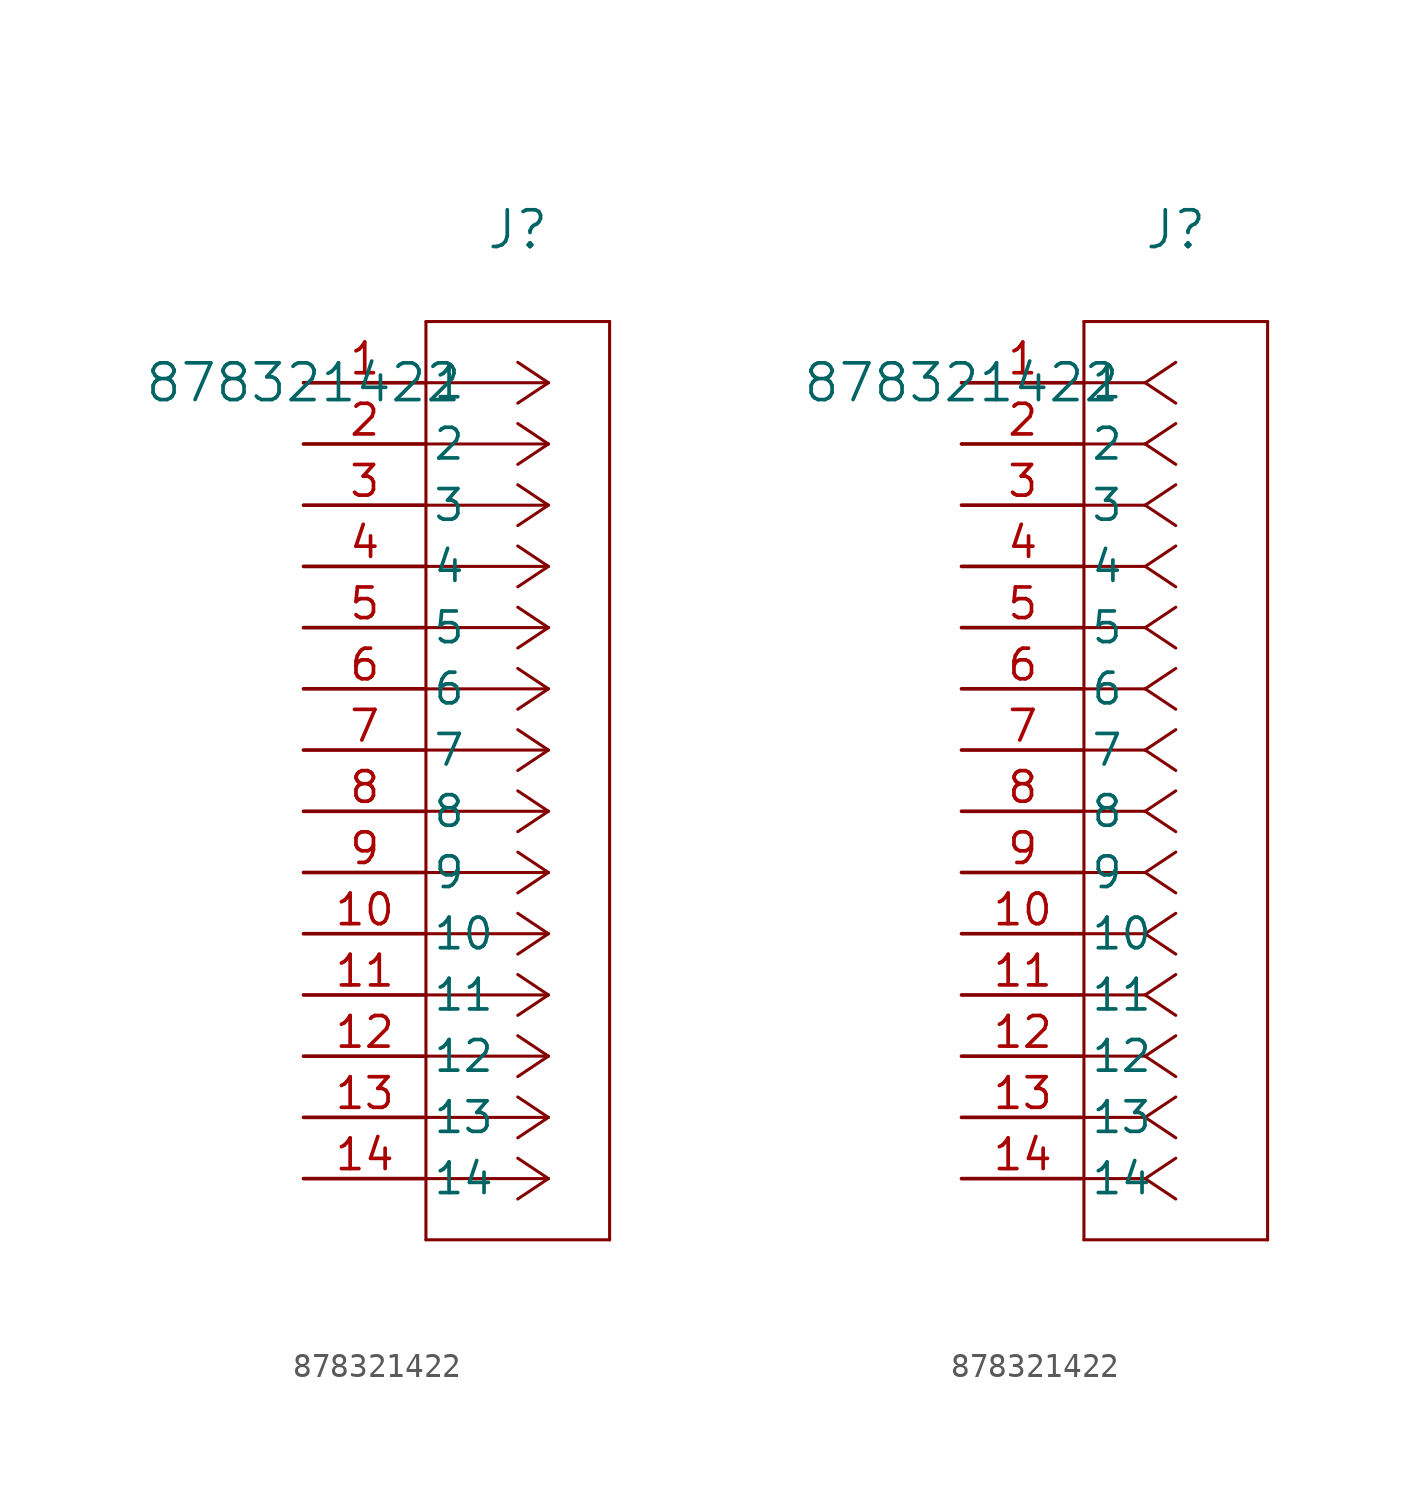
<source format=kicad_sym>
(kicad_symbol_lib
  (version 20211014)
  (generator kicad_symbol_editor)
  (symbol "878321422"
    (pin_names
      (offset 0.254))
    (property "Reference" "J"
      (at 8.89 6.35 0)
      (effects (font (size 1.524 1.524))))
    (property "Value" "878321422"
      (at 0 0 0)
      (effects (font (size 1.524 1.524))))
    (symbol "878321422_1_1"
      (polyline (pts (xy 10.16 0) (xy 5.08 0)) (stroke (width 0.127) (type default) (color 0 0 0 0)) (fill (type none)))
      (polyline (pts (xy 10.16 -2.54) (xy 5.08 -2.54)) (stroke (width 0.127) (type default) (color 0 0 0 0)) (fill (type none)))
      (polyline (pts (xy 10.16 -5.08) (xy 5.08 -5.08)) (stroke (width 0.127) (type default) (color 0 0 0 0)) (fill (type none)))
      (polyline (pts (xy 10.16 -7.62) (xy 5.08 -7.62)) (stroke (width 0.127) (type default) (color 0 0 0 0)) (fill (type none)))
      (polyline (pts (xy 10.16 -10.16) (xy 5.08 -10.16)) (stroke (width 0.127) (type default) (color 0 0 0 0)) (fill (type none)))
      (polyline (pts (xy 10.16 -12.7) (xy 5.08 -12.7)) (stroke (width 0.127) (type default) (color 0 0 0 0)) (fill (type none)))
      (polyline (pts (xy 10.16 -15.24) (xy 5.08 -15.24)) (stroke (width 0.127) (type default) (color 0 0 0 0)) (fill (type none)))
      (polyline (pts (xy 10.16 -17.78) (xy 5.08 -17.78)) (stroke (width 0.127) (type default) (color 0 0 0 0)) (fill (type none)))
      (polyline (pts (xy 10.16 -20.32) (xy 5.08 -20.32)) (stroke (width 0.127) (type default) (color 0 0 0 0)) (fill (type none)))
      (polyline (pts (xy 10.16 -22.86) (xy 5.08 -22.86)) (stroke (width 0.127) (type default) (color 0 0 0 0)) (fill (type none)))
      (polyline (pts (xy 10.16 -25.4) (xy 5.08 -25.4)) (stroke (width 0.127) (type default) (color 0 0 0 0)) (fill (type none)))
      (polyline (pts (xy 10.16 -27.94) (xy 5.08 -27.94)) (stroke (width 0.127) (type default) (color 0 0 0 0)) (fill (type none)))
      (polyline (pts (xy 10.16 -30.48) (xy 5.08 -30.48)) (stroke (width 0.127) (type default) (color 0 0 0 0)) (fill (type none)))
      (polyline (pts (xy 10.16 -33.02) (xy 5.08 -33.02)) (stroke (width 0.127) (type default) (color 0 0 0 0)) (fill (type none)))
      (polyline (pts (xy 10.16 0) (xy 8.89 0.847)) (stroke (width 0.127) (type default) (color 0 0 0 0)) (fill (type none)))
      (polyline (pts (xy 10.16 -2.54) (xy 8.89 -1.693)) (stroke (width 0.127) (type default) (color 0 0 0 0)) (fill (type none)))
      (polyline (pts (xy 10.16 -5.08) (xy 8.89 -4.233)) (stroke (width 0.127) (type default) (color 0 0 0 0)) (fill (type none)))
      (polyline (pts (xy 10.16 -7.62) (xy 8.89 -6.773)) (stroke (width 0.127) (type default) (color 0 0 0 0)) (fill (type none)))
      (polyline (pts (xy 10.16 -10.16) (xy 8.89 -9.313)) (stroke (width 0.127) (type default) (color 0 0 0 0)) (fill (type none)))
      (polyline (pts (xy 10.16 -12.7) (xy 8.89 -11.853)) (stroke (width 0.127) (type default) (color 0 0 0 0)) (fill (type none)))
      (polyline (pts (xy 10.16 -15.24) (xy 8.89 -14.393)) (stroke (width 0.127) (type default) (color 0 0 0 0)) (fill (type none)))
      (polyline (pts (xy 10.16 -17.78) (xy 8.89 -16.933)) (stroke (width 0.127) (type default) (color 0 0 0 0)) (fill (type none)))
      (polyline (pts (xy 10.16 -20.32) (xy 8.89 -19.473)) (stroke (width 0.127) (type default) (color 0 0 0 0)) (fill (type none)))
      (polyline (pts (xy 10.16 -22.86) (xy 8.89 -22.013)) (stroke (width 0.127) (type default) (color 0 0 0 0)) (fill (type none)))
      (polyline (pts (xy 10.16 -25.4) (xy 8.89 -24.553)) (stroke (width 0.127) (type default) (color 0 0 0 0)) (fill (type none)))
      (polyline (pts (xy 10.16 -27.94) (xy 8.89 -27.093)) (stroke (width 0.127) (type default) (color 0 0 0 0)) (fill (type none)))
      (polyline (pts (xy 10.16 -30.48) (xy 8.89 -29.633)) (stroke (width 0.127) (type default) (color 0 0 0 0)) (fill (type none)))
      (polyline (pts (xy 10.16 -33.02) (xy 8.89 -32.173)) (stroke (width 0.127) (type default) (color 0 0 0 0)) (fill (type none)))
      (polyline (pts (xy 10.16 0) (xy 8.89 -0.847)) (stroke (width 0.127) (type default) (color 0 0 0 0)) (fill (type none)))
      (polyline (pts (xy 10.16 -2.54) (xy 8.89 -3.387)) (stroke (width 0.127) (type default) (color 0 0 0 0)) (fill (type none)))
      (polyline (pts (xy 10.16 -5.08) (xy 8.89 -5.927)) (stroke (width 0.127) (type default) (color 0 0 0 0)) (fill (type none)))
      (polyline (pts (xy 10.16 -7.62) (xy 8.89 -8.467)) (stroke (width 0.127) (type default) (color 0 0 0 0)) (fill (type none)))
      (polyline (pts (xy 10.16 -10.16) (xy 8.89 -11.007)) (stroke (width 0.127) (type default) (color 0 0 0 0)) (fill (type none)))
      (polyline (pts (xy 10.16 -12.7) (xy 8.89 -13.547)) (stroke (width 0.127) (type default) (color 0 0 0 0)) (fill (type none)))
      (polyline (pts (xy 10.16 -15.24) (xy 8.89 -16.087)) (stroke (width 0.127) (type default) (color 0 0 0 0)) (fill (type none)))
      (polyline (pts (xy 10.16 -17.78) (xy 8.89 -18.627)) (stroke (width 0.127) (type default) (color 0 0 0 0)) (fill (type none)))
      (polyline (pts (xy 10.16 -20.32) (xy 8.89 -21.167)) (stroke (width 0.127) (type default) (color 0 0 0 0)) (fill (type none)))
      (polyline (pts (xy 10.16 -22.86) (xy 8.89 -23.707)) (stroke (width 0.127) (type default) (color 0 0 0 0)) (fill (type none)))
      (polyline (pts (xy 10.16 -25.4) (xy 8.89 -26.247)) (stroke (width 0.127) (type default) (color 0 0 0 0)) (fill (type none)))
      (polyline (pts (xy 10.16 -27.94) (xy 8.89 -28.787)) (stroke (width 0.127) (type default) (color 0 0 0 0)) (fill (type none)))
      (polyline (pts (xy 10.16 -30.48) (xy 8.89 -31.327)) (stroke (width 0.127) (type default) (color 0 0 0 0)) (fill (type none)))
      (polyline (pts (xy 10.16 -33.02) (xy 8.89 -33.867)) (stroke (width 0.127) (type default) (color 0 0 0 0)) (fill (type none)))
      (polyline (pts (xy 5.08 2.54) (xy 5.08 -35.56)) (stroke (width 0.127) (type default) (color 0 0 0 0)) (fill (type none)))
      (polyline (pts (xy 5.08 -35.56) (xy 12.7 -35.56)) (stroke (width 0.127) (type default) (color 0 0 0 0)) (fill (type none)))
      (polyline (pts (xy 12.7 -35.56) (xy 12.7 2.54)) (stroke (width 0.127) (type default) (color 0 0 0 0)) (fill (type none)))
      (polyline (pts (xy 12.7 2.54) (xy 5.08 2.54)) (stroke (width 0.127) (type default) (color 0 0 0 0)) (fill (type none)))
      (pin unspecified line (at 0 0 0) (length 5.08) (name "1" (effects (font (size 1.27 1.27)))) (number "1" (effects (font (size 1.27 1.27)))))
      (pin unspecified line (at 0 -2.54 0) (length 5.08) (name "2" (effects (font (size 1.27 1.27)))) (number "2" (effects (font (size 1.27 1.27)))))
      (pin unspecified line (at 0 -5.08 0) (length 5.08) (name "3" (effects (font (size 1.27 1.27)))) (number "3" (effects (font (size 1.27 1.27)))))
      (pin unspecified line (at 0 -7.62 0) (length 5.08) (name "4" (effects (font (size 1.27 1.27)))) (number "4" (effects (font (size 1.27 1.27)))))
      (pin unspecified line (at 0 -10.16 0) (length 5.08) (name "5" (effects (font (size 1.27 1.27)))) (number "5" (effects (font (size 1.27 1.27)))))
      (pin unspecified line (at 0 -12.7 0) (length 5.08) (name "6" (effects (font (size 1.27 1.27)))) (number "6" (effects (font (size 1.27 1.27)))))
      (pin unspecified line (at 0 -15.24 0) (length 5.08) (name "7" (effects (font (size 1.27 1.27)))) (number "7" (effects (font (size 1.27 1.27)))))
      (pin unspecified line (at 0 -17.78 0) (length 5.08) (name "8" (effects (font (size 1.27 1.27)))) (number "8" (effects (font (size 1.27 1.27)))))
      (pin unspecified line (at 0 -20.32 0) (length 5.08) (name "9" (effects (font (size 1.27 1.27)))) (number "9" (effects (font (size 1.27 1.27)))))
      (pin unspecified line (at 0 -22.86 0) (length 5.08) (name "10" (effects (font (size 1.27 1.27)))) (number "10" (effects (font (size 1.27 1.27)))))
      (pin unspecified line (at 0 -25.4 0) (length 5.08) (name "11" (effects (font (size 1.27 1.27)))) (number "11" (effects (font (size 1.27 1.27)))))
      (pin unspecified line (at 0 -27.94 0) (length 5.08) (name "12" (effects (font (size 1.27 1.27)))) (number "12" (effects (font (size 1.27 1.27)))))
      (pin unspecified line (at 0 -30.48 0) (length 5.08) (name "13" (effects (font (size 1.27 1.27)))) (number "13" (effects (font (size 1.27 1.27)))))
      (pin unspecified line (at 0 -33.02 0) (length 5.08) (name "14" (effects (font (size 1.27 1.27)))) (number "14" (effects (font (size 1.27 1.27))))))
    (symbol "878321422_1_2"
      (polyline (pts (xy 7.62 0) (xy 5.08 0)) (stroke (width 0.127) (type default) (color 0 0 0 0)) (fill (type none)))
      (polyline (pts (xy 7.62 -2.54) (xy 5.08 -2.54)) (stroke (width 0.127) (type default) (color 0 0 0 0)) (fill (type none)))
      (polyline (pts (xy 7.62 -5.08) (xy 5.08 -5.08)) (stroke (width 0.127) (type default) (color 0 0 0 0)) (fill (type none)))
      (polyline (pts (xy 7.62 -7.62) (xy 5.08 -7.62)) (stroke (width 0.127) (type default) (color 0 0 0 0)) (fill (type none)))
      (polyline (pts (xy 7.62 -10.16) (xy 5.08 -10.16)) (stroke (width 0.127) (type default) (color 0 0 0 0)) (fill (type none)))
      (polyline (pts (xy 7.62 -12.7) (xy 5.08 -12.7)) (stroke (width 0.127) (type default) (color 0 0 0 0)) (fill (type none)))
      (polyline (pts (xy 7.62 -15.24) (xy 5.08 -15.24)) (stroke (width 0.127) (type default) (color 0 0 0 0)) (fill (type none)))
      (polyline (pts (xy 7.62 -17.78) (xy 5.08 -17.78)) (stroke (width 0.127) (type default) (color 0 0 0 0)) (fill (type none)))
      (polyline (pts (xy 7.62 -20.32) (xy 5.08 -20.32)) (stroke (width 0.127) (type default) (color 0 0 0 0)) (fill (type none)))
      (polyline (pts (xy 7.62 -22.86) (xy 5.08 -22.86)) (stroke (width 0.127) (type default) (color 0 0 0 0)) (fill (type none)))
      (polyline (pts (xy 7.62 -25.4) (xy 5.08 -25.4)) (stroke (width 0.127) (type default) (color 0 0 0 0)) (fill (type none)))
      (polyline (pts (xy 7.62 -27.94) (xy 5.08 -27.94)) (stroke (width 0.127) (type default) (color 0 0 0 0)) (fill (type none)))
      (polyline (pts (xy 7.62 -30.48) (xy 5.08 -30.48)) (stroke (width 0.127) (type default) (color 0 0 0 0)) (fill (type none)))
      (polyline (pts (xy 7.62 -33.02) (xy 5.08 -33.02)) (stroke (width 0.127) (type default) (color 0 0 0 0)) (fill (type none)))
      (polyline (pts (xy 7.62 0) (xy 8.89 0.847)) (stroke (width 0.127) (type default) (color 0 0 0 0)) (fill (type none)))
      (polyline (pts (xy 7.62 -2.54) (xy 8.89 -1.693)) (stroke (width 0.127) (type default) (color 0 0 0 0)) (fill (type none)))
      (polyline (pts (xy 7.62 -5.08) (xy 8.89 -4.233)) (stroke (width 0.127) (type default) (color 0 0 0 0)) (fill (type none)))
      (polyline (pts (xy 7.62 -7.62) (xy 8.89 -6.773)) (stroke (width 0.127) (type default) (color 0 0 0 0)) (fill (type none)))
      (polyline (pts (xy 7.62 -10.16) (xy 8.89 -9.313)) (stroke (width 0.127) (type default) (color 0 0 0 0)) (fill (type none)))
      (polyline (pts (xy 7.62 -12.7) (xy 8.89 -11.853)) (stroke (width 0.127) (type default) (color 0 0 0 0)) (fill (type none)))
      (polyline (pts (xy 7.62 -15.24) (xy 8.89 -14.393)) (stroke (width 0.127) (type default) (color 0 0 0 0)) (fill (type none)))
      (polyline (pts (xy 7.62 -17.78) (xy 8.89 -16.933)) (stroke (width 0.127) (type default) (color 0 0 0 0)) (fill (type none)))
      (polyline (pts (xy 7.62 -20.32) (xy 8.89 -19.473)) (stroke (width 0.127) (type default) (color 0 0 0 0)) (fill (type none)))
      (polyline (pts (xy 7.62 -22.86) (xy 8.89 -22.013)) (stroke (width 0.127) (type default) (color 0 0 0 0)) (fill (type none)))
      (polyline (pts (xy 7.62 -25.4) (xy 8.89 -24.553)) (stroke (width 0.127) (type default) (color 0 0 0 0)) (fill (type none)))
      (polyline (pts (xy 7.62 -27.94) (xy 8.89 -27.093)) (stroke (width 0.127) (type default) (color 0 0 0 0)) (fill (type none)))
      (polyline (pts (xy 7.62 -30.48) (xy 8.89 -29.633)) (stroke (width 0.127) (type default) (color 0 0 0 0)) (fill (type none)))
      (polyline (pts (xy 7.62 -33.02) (xy 8.89 -32.173)) (stroke (width 0.127) (type default) (color 0 0 0 0)) (fill (type none)))
      (polyline (pts (xy 7.62 0) (xy 8.89 -0.847)) (stroke (width 0.127) (type default) (color 0 0 0 0)) (fill (type none)))
      (polyline (pts (xy 7.62 -2.54) (xy 8.89 -3.387)) (stroke (width 0.127) (type default) (color 0 0 0 0)) (fill (type none)))
      (polyline (pts (xy 7.62 -5.08) (xy 8.89 -5.927)) (stroke (width 0.127) (type default) (color 0 0 0 0)) (fill (type none)))
      (polyline (pts (xy 7.62 -7.62) (xy 8.89 -8.467)) (stroke (width 0.127) (type default) (color 0 0 0 0)) (fill (type none)))
      (polyline (pts (xy 7.62 -10.16) (xy 8.89 -11.007)) (stroke (width 0.127) (type default) (color 0 0 0 0)) (fill (type none)))
      (polyline (pts (xy 7.62 -12.7) (xy 8.89 -13.547)) (stroke (width 0.127) (type default) (color 0 0 0 0)) (fill (type none)))
      (polyline (pts (xy 7.62 -15.24) (xy 8.89 -16.087)) (stroke (width 0.127) (type default) (color 0 0 0 0)) (fill (type none)))
      (polyline (pts (xy 7.62 -17.78) (xy 8.89 -18.627)) (stroke (width 0.127) (type default) (color 0 0 0 0)) (fill (type none)))
      (polyline (pts (xy 7.62 -20.32) (xy 8.89 -21.167)) (stroke (width 0.127) (type default) (color 0 0 0 0)) (fill (type none)))
      (polyline (pts (xy 7.62 -22.86) (xy 8.89 -23.707)) (stroke (width 0.127) (type default) (color 0 0 0 0)) (fill (type none)))
      (polyline (pts (xy 7.62 -25.4) (xy 8.89 -26.247)) (stroke (width 0.127) (type default) (color 0 0 0 0)) (fill (type none)))
      (polyline (pts (xy 7.62 -27.94) (xy 8.89 -28.787)) (stroke (width 0.127) (type default) (color 0 0 0 0)) (fill (type none)))
      (polyline (pts (xy 7.62 -30.48) (xy 8.89 -31.327)) (stroke (width 0.127) (type default) (color 0 0 0 0)) (fill (type none)))
      (polyline (pts (xy 7.62 -33.02) (xy 8.89 -33.867)) (stroke (width 0.127) (type default) (color 0 0 0 0)) (fill (type none)))
      (polyline (pts (xy 5.08 2.54) (xy 5.08 -35.56)) (stroke (width 0.127) (type default) (color 0 0 0 0)) (fill (type none)))
      (polyline (pts (xy 5.08 -35.56) (xy 12.7 -35.56)) (stroke (width 0.127) (type default) (color 0 0 0 0)) (fill (type none)))
      (polyline (pts (xy 12.7 -35.56) (xy 12.7 2.54)) (stroke (width 0.127) (type default) (color 0 0 0 0)) (fill (type none)))
      (polyline (pts (xy 12.7 2.54) (xy 5.08 2.54)) (stroke (width 0.127) (type default) (color 0 0 0 0)) (fill (type none)))
      (pin unspecified line (at 0 0 0) (length 5.08) (name "1" (effects (font (size 1.27 1.27)))) (number "1" (effects (font (size 1.27 1.27)))))
      (pin unspecified line (at 0 -2.54 0) (length 5.08) (name "2" (effects (font (size 1.27 1.27)))) (number "2" (effects (font (size 1.27 1.27)))))
      (pin unspecified line (at 0 -5.08 0) (length 5.08) (name "3" (effects (font (size 1.27 1.27)))) (number "3" (effects (font (size 1.27 1.27)))))
      (pin unspecified line (at 0 -7.62 0) (length 5.08) (name "4" (effects (font (size 1.27 1.27)))) (number "4" (effects (font (size 1.27 1.27)))))
      (pin unspecified line (at 0 -10.16 0) (length 5.08) (name "5" (effects (font (size 1.27 1.27)))) (number "5" (effects (font (size 1.27 1.27)))))
      (pin unspecified line (at 0 -12.7 0) (length 5.08) (name "6" (effects (font (size 1.27 1.27)))) (number "6" (effects (font (size 1.27 1.27)))))
      (pin unspecified line (at 0 -15.24 0) (length 5.08) (name "7" (effects (font (size 1.27 1.27)))) (number "7" (effects (font (size 1.27 1.27)))))
      (pin unspecified line (at 0 -17.78 0) (length 5.08) (name "8" (effects (font (size 1.27 1.27)))) (number "8" (effects (font (size 1.27 1.27)))))
      (pin unspecified line (at 0 -20.32 0) (length 5.08) (name "9" (effects (font (size 1.27 1.27)))) (number "9" (effects (font (size 1.27 1.27)))))
      (pin unspecified line (at 0 -22.86 0) (length 5.08) (name "10" (effects (font (size 1.27 1.27)))) (number "10" (effects (font (size 1.27 1.27)))))
      (pin unspecified line (at 0 -25.4 0) (length 5.08) (name "11" (effects (font (size 1.27 1.27)))) (number "11" (effects (font (size 1.27 1.27)))))
      (pin unspecified line (at 0 -27.94 0) (length 5.08) (name "12" (effects (font (size 1.27 1.27)))) (number "12" (effects (font (size 1.27 1.27)))))
      (pin unspecified line (at 0 -30.48 0) (length 5.08) (name "13" (effects (font (size 1.27 1.27)))) (number "13" (effects (font (size 1.27 1.27)))))
      (pin unspecified line (at 0 -33.02 0) (length 5.08) (name "14" (effects (font (size 1.27 1.27)))) (number "14" (effects (font (size 1.27 1.27))))))))
</source>
